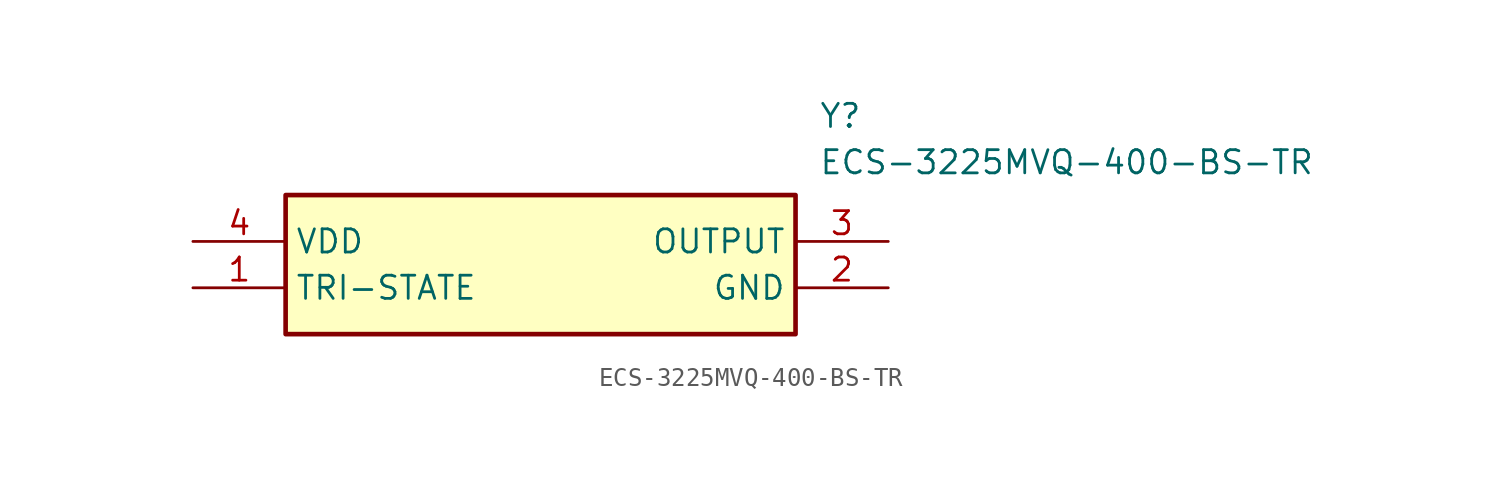
<source format=kicad_sym>
(kicad_symbol_lib
  (version 20211014)
  (generator SamacSys_ECAD_Model)
  (symbol "ECS-3225MVQ-400-BS-TR"
    (property "Reference" "Y"
      (at 34.29 7.62 0)
      (effects (font (size 1.27 1.27)) (justify left top)))
    (property "Value" "ECS-3225MVQ-400-BS-TR"
      (at 34.29 5.08 0)
      (effects (font (size 1.27 1.27)) (justify left top)))
    (rectangle
      (start 5.08 2.54)
      (end 33.02 -5.08)
      (stroke (width 0.254) (type default))
      (fill (type background)))
    (pin passive line
      (at 0 -2.54 0)
      (length 5.08)
      (name "TRI-STATE" (effects (font (size 1.27 1.27))))
      (number "1" (effects (font (size 1.27 1.27)))))
    (pin passive line
      (at 38.1 -2.54 180)
      (length 5.08)
      (name "GND" (effects (font (size 1.27 1.27))))
      (number "2" (effects (font (size 1.27 1.27)))))
    (pin passive line
      (at 38.1 0 180)
      (length 5.08)
      (name "OUTPUT" (effects (font (size 1.27 1.27))))
      (number "3" (effects (font (size 1.27 1.27)))))
    (pin passive line
      (at 0 0 0)
      (length 5.08)
      (name "VDD" (effects (font (size 1.27 1.27))))
      (number "4" (effects (font (size 1.27 1.27)))))))
</source>
